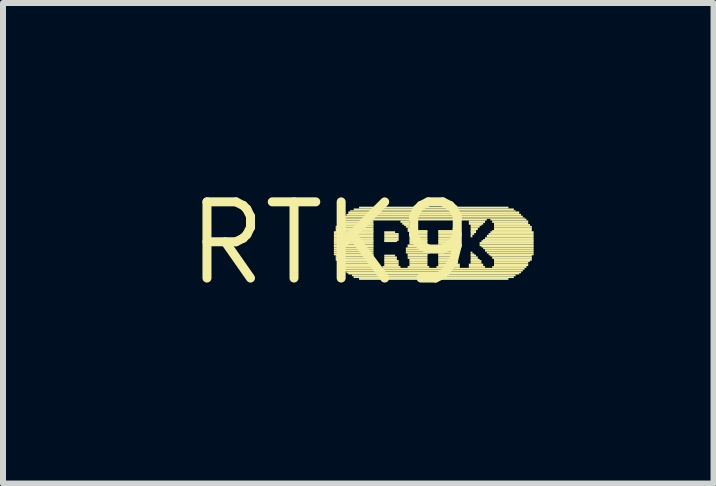
<source format=kicad_pcb>
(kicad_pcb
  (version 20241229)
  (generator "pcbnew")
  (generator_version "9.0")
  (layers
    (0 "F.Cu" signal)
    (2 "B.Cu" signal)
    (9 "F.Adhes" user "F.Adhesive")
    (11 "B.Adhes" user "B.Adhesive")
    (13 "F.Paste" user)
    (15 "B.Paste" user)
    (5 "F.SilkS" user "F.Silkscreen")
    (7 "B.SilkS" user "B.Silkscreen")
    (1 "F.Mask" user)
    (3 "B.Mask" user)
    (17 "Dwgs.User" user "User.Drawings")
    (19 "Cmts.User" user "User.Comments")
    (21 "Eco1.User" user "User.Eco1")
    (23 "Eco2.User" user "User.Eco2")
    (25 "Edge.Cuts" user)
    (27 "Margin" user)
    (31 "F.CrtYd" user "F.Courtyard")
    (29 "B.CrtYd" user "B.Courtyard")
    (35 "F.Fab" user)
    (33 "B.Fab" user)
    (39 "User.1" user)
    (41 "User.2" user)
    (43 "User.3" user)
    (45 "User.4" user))
  (footprint "RTK9"
    (layer "F.Cu")
    (at 2.457 1.006)
    (property "Reference" "RTK9" (at 0 0 0) (layer "F.SilkS") (effects (font (size 1.27 1.27) (thickness 0.15))))
    (attr through_hole)
    (fp_poly (pts (xy 0.06 -0.17) (xy 0.72 -0.17) (xy 0.72 -0.2) (xy 0.06 -0.2)) (stroke (width 0) (type solid)) (fill yes) (layer "F.SilkS"))
    (fp_poly (pts (xy 0.06 -0.14) (xy 0.72 -0.14) (xy 0.72 -0.17) (xy 0.06 -0.17)) (stroke (width 0) (type solid)) (fill yes) (layer "F.SilkS"))
    (fp_poly (pts (xy 0.06 -0.1) (xy 0.72 -0.1) (xy 0.72 -0.14) (xy 0.06 -0.14)) (stroke (width 0) (type solid)) (fill yes) (layer "F.SilkS"))
    (fp_poly (pts (xy 0.06 -0.07) (xy 0.72 -0.07) (xy 0.72 -0.1) (xy 0.06 -0.1)) (stroke (width 0) (type solid)) (fill yes) (layer "F.SilkS"))
    (fp_poly (pts (xy 0.06 -0.04) (xy 0.72 -0.04) (xy 0.72 -0.07) (xy 0.06 -0.07)) (stroke (width 0) (type solid)) (fill yes) (layer "F.SilkS"))
    (fp_poly (pts (xy 0.06 -0.02) (xy 0.72 -0.02) (xy 0.72 -0.05) (xy 0.06 -0.05)) (stroke (width 0) (type solid)) (fill yes) (layer "F.SilkS"))
    (fp_poly (pts (xy 0.06 0.02) (xy 0.72 0.02) (xy 0.72 -0.02) (xy 0.06 -0.02)) (stroke (width 0) (type solid)) (fill yes) (layer "F.SilkS"))
    (fp_poly (pts (xy 0.06 0.05) (xy 0.72 0.05) (xy 0.72 0.02) (xy 0.06 0.02)) (stroke (width 0) (type solid)) (fill yes) (layer "F.SilkS"))
    (fp_poly (pts (xy 0.06 0.07) (xy 0.72 0.07) (xy 0.72 0.04) (xy 0.06 0.04)) (stroke (width 0) (type solid)) (fill yes) (layer "F.SilkS"))
    (fp_poly (pts (xy 0.06 0.1) (xy 0.72 0.1) (xy 0.72 0.07) (xy 0.06 0.07)) (stroke (width 0) (type solid)) (fill yes) (layer "F.SilkS"))
    (fp_poly (pts (xy 0.06 0.14) (xy 0.72 0.14) (xy 0.72 0.1) (xy 0.06 0.1)) (stroke (width 0) (type solid)) (fill yes) (layer "F.SilkS"))
    (fp_poly (pts (xy 0.06 0.17) (xy 0.72 0.17) (xy 0.72 0.14) (xy 0.06 0.14)) (stroke (width 0) (type solid)) (fill yes) (layer "F.SilkS"))
    (fp_poly (pts (xy 0.06 0.2) (xy 0.72 0.2) (xy 0.72 0.17) (xy 0.06 0.17)) (stroke (width 0) (type solid)) (fill yes) (layer "F.SilkS"))
    (fp_poly (pts (xy 0.09 -0.26) (xy 0.72 -0.26) (xy 0.72 -0.29) (xy 0.09 -0.29)) (stroke (width 0) (type solid)) (fill yes) (layer "F.SilkS"))
    (fp_poly (pts (xy 0.09 -0.22) (xy 0.72 -0.22) (xy 0.72 -0.26) (xy 0.09 -0.26)) (stroke (width 0) (type solid)) (fill yes) (layer "F.SilkS"))
    (fp_poly (pts (xy 0.09 -0.19) (xy 0.72 -0.19) (xy 0.72 -0.22) (xy 0.09 -0.22)) (stroke (width 0) (type solid)) (fill yes) (layer "F.SilkS"))
    (fp_poly (pts (xy 0.09 0.22) (xy 0.72 0.22) (xy 0.72 0.19) (xy 0.09 0.19)) (stroke (width 0) (type solid)) (fill yes) (layer "F.SilkS"))
    (fp_poly (pts (xy 0.09 0.26) (xy 0.72 0.26) (xy 0.72 0.22) (xy 0.09 0.22)) (stroke (width 0) (type solid)) (fill yes) (layer "F.SilkS"))
    (fp_poly (pts (xy 0.09 0.29) (xy 0.72 0.29) (xy 0.72 0.26) (xy 0.09 0.26)) (stroke (width 0) (type solid)) (fill yes) (layer "F.SilkS"))
    (fp_poly (pts (xy 0.12 -0.29) (xy 0.72 -0.29) (xy 0.72 -0.32) (xy 0.12 -0.32)) (stroke (width 0) (type solid)) (fill yes) (layer "F.SilkS"))
    (fp_poly (pts (xy 0.12 0.31) (xy 0.72 0.31) (xy 0.72 0.28) (xy 0.12 0.28)) (stroke (width 0) (type solid)) (fill yes) (layer "F.SilkS"))
    (fp_poly (pts (xy 0.15 -0.34) (xy 0.72 -0.34) (xy 0.72 -0.38) (xy 0.15 -0.38)) (stroke (width 0) (type solid)) (fill yes) (layer "F.SilkS"))
    (fp_poly (pts (xy 0.15 -0.31) (xy 0.72 -0.31) (xy 0.72 -0.34) (xy 0.15 -0.34)) (stroke (width 0) (type solid)) (fill yes) (layer "F.SilkS"))
    (fp_poly (pts (xy 0.15 0.34) (xy 0.72 0.34) (xy 0.72 0.31) (xy 0.15 0.31)) (stroke (width 0) (type solid)) (fill yes) (layer "F.SilkS"))
    (fp_poly (pts (xy 0.15 0.38) (xy 0.72 0.38) (xy 0.72 0.34) (xy 0.15 0.34)) (stroke (width 0) (type solid)) (fill yes) (layer "F.SilkS"))
    (fp_poly (pts (xy 0.18 -0.38) (xy 2.61 -0.38) (xy 2.61 -0.41) (xy 0.18 -0.41)) (stroke (width 0) (type solid)) (fill yes) (layer "F.SilkS"))
    (fp_poly (pts (xy 0.18 0.41) (xy 0.75 0.41) (xy 0.75 0.38) (xy 0.18 0.38)) (stroke (width 0) (type solid)) (fill yes) (layer "F.SilkS"))
    (fp_poly (pts (xy 0.21 -0.41) (xy 3.24 -0.41) (xy 3.24 -0.43) (xy 0.21 -0.43)) (stroke (width 0) (type solid)) (fill yes) (layer "F.SilkS"))
    (fp_poly (pts (xy 0.21 0.44) (xy 3.24 0.44) (xy 3.24 0.41) (xy 0.21 0.41)) (stroke (width 0) (type solid)) (fill yes) (layer "F.SilkS"))
    (fp_poly (pts (xy 0.24 -0.43) (xy 3.21 -0.43) (xy 3.21 -0.46) (xy 0.24 -0.46)) (stroke (width 0) (type solid)) (fill yes) (layer "F.SilkS"))
    (fp_poly (pts (xy 0.24 0.47) (xy 3.21 0.47) (xy 3.21 0.44) (xy 0.24 0.44)) (stroke (width 0) (type solid)) (fill yes) (layer "F.SilkS"))
    (fp_poly (pts (xy 0.27 -0.46) (xy 3.18 -0.46) (xy 3.18 -0.49) (xy 0.27 -0.49)) (stroke (width 0) (type solid)) (fill yes) (layer "F.SilkS"))
    (fp_poly (pts (xy 0.27 0.5) (xy 3.18 0.5) (xy 3.18 0.47) (xy 0.27 0.47)) (stroke (width 0) (type solid)) (fill yes) (layer "F.SilkS"))
    (fp_poly (pts (xy 0.3 -0.49) (xy 3.15 -0.49) (xy 3.15 -0.53) (xy 0.3 -0.53)) (stroke (width 0) (type solid)) (fill yes) (layer "F.SilkS"))
    (fp_poly (pts (xy 0.3 0.52) (xy 3.15 0.52) (xy 3.15 0.49) (xy 0.3 0.49)) (stroke (width 0) (type solid)) (fill yes) (layer "F.SilkS"))
    (fp_poly (pts (xy 0.33 -0.53) (xy 3.09 -0.53) (xy 3.09 -0.55) (xy 0.33 -0.55)) (stroke (width 0) (type solid)) (fill yes) (layer "F.SilkS"))
    (fp_poly (pts (xy 0.36 0.55) (xy 3.09 0.55) (xy 3.09 0.52) (xy 0.36 0.52)) (stroke (width 0) (type solid)) (fill yes) (layer "F.SilkS"))
    (fp_poly (pts (xy 0.39 -0.55) (xy 3.06 -0.55) (xy 3.06 -0.58) (xy 0.39 -0.58)) (stroke (width 0) (type solid)) (fill yes) (layer "F.SilkS"))
    (fp_poly (pts (xy 0.39 0.58) (xy 3.06 0.58) (xy 3.06 0.55) (xy 0.39 0.55)) (stroke (width 0) (type solid)) (fill yes) (layer "F.SilkS"))
    (fp_poly (pts (xy 0.48 -0.58) (xy 2.97 -0.58) (xy 2.97 -0.61) (xy 0.48 -0.61)) (stroke (width 0) (type solid)) (fill yes) (layer "F.SilkS"))
    (fp_poly (pts (xy 0.48 0.61) (xy 2.97 0.61) (xy 2.97 0.58) (xy 0.48 0.58)) (stroke (width 0) (type solid)) (fill yes) (layer "F.SilkS"))
    (fp_poly (pts (xy 0.87 0.41) (xy 1.17 0.41) (xy 1.17 0.38) (xy 0.87 0.38)) (stroke (width 0) (type solid)) (fill yes) (layer "F.SilkS"))
    (fp_poly (pts (xy 0.9 -0.17) (xy 1.08 -0.17) (xy 1.08 -0.2) (xy 0.9 -0.2)) (stroke (width 0) (type solid)) (fill yes) (layer "F.SilkS"))
    (fp_poly (pts (xy 0.9 -0.14) (xy 1.14 -0.14) (xy 1.14 -0.17) (xy 0.9 -0.17)) (stroke (width 0) (type solid)) (fill yes) (layer "F.SilkS"))
    (fp_poly (pts (xy 0.9 -0.1) (xy 1.14 -0.1) (xy 1.14 -0.14) (xy 0.9 -0.14)) (stroke (width 0) (type solid)) (fill yes) (layer "F.SilkS"))
    (fp_poly (pts (xy 0.9 -0.07) (xy 1.14 -0.07) (xy 1.14 -0.1) (xy 0.9 -0.1)) (stroke (width 0) (type solid)) (fill yes) (layer "F.SilkS"))
    (fp_poly (pts (xy 0.9 -0.04) (xy 1.14 -0.04) (xy 1.14 -0.07) (xy 0.9 -0.07)) (stroke (width 0) (type solid)) (fill yes) (layer "F.SilkS"))
    (fp_poly (pts (xy 0.9 -0.02) (xy 1.11 -0.02) (xy 1.11 -0.05) (xy 0.9 -0.05)) (stroke (width 0) (type solid)) (fill yes) (layer "F.SilkS"))
    (fp_poly (pts (xy 0.9 0.22) (xy 1.08 0.22) (xy 1.08 0.19) (xy 0.9 0.19)) (stroke (width 0) (type solid)) (fill yes) (layer "F.SilkS"))
    (fp_poly (pts (xy 0.9 0.26) (xy 1.11 0.26) (xy 1.11 0.22) (xy 0.9 0.22)) (stroke (width 0) (type solid)) (fill yes) (layer "F.SilkS"))
    (fp_poly (pts (xy 0.9 0.29) (xy 1.11 0.29) (xy 1.11 0.26) (xy 0.9 0.26)) (stroke (width 0) (type solid)) (fill yes) (layer "F.SilkS"))
    (fp_poly (pts (xy 0.9 0.31) (xy 1.14 0.31) (xy 1.14 0.28) (xy 0.9 0.28)) (stroke (width 0) (type solid)) (fill yes) (layer "F.SilkS"))
    (fp_poly (pts (xy 0.9 0.34) (xy 1.14 0.34) (xy 1.14 0.31) (xy 0.9 0.31)) (stroke (width 0) (type solid)) (fill yes) (layer "F.SilkS"))
    (fp_poly (pts (xy 0.9 0.38) (xy 1.14 0.38) (xy 1.14 0.34) (xy 0.9 0.34)) (stroke (width 0) (type solid)) (fill yes) (layer "F.SilkS"))
    (fp_poly (pts (xy 1.17 -0.34) (xy 1.32 -0.34) (xy 1.32 -0.38) (xy 1.17 -0.38)) (stroke (width 0) (type solid)) (fill yes) (layer "F.SilkS"))
    (fp_poly (pts (xy 1.2 -0.31) (xy 1.32 -0.31) (xy 1.32 -0.34) (xy 1.2 -0.34)) (stroke (width 0) (type solid)) (fill yes) (layer "F.SilkS"))
    (fp_poly (pts (xy 1.23 -0.29) (xy 1.32 -0.29) (xy 1.32 -0.32) (xy 1.23 -0.32)) (stroke (width 0) (type solid)) (fill yes) (layer "F.SilkS"))
    (fp_poly (pts (xy 1.26 -0.26) (xy 1.32 -0.26) (xy 1.32 -0.29) (xy 1.26 -0.29)) (stroke (width 0) (type solid)) (fill yes) (layer "F.SilkS"))
    (fp_poly (pts (xy 1.26 0.1) (xy 1.62 0.1) (xy 1.62 0.07) (xy 1.26 0.07)) (stroke (width 0) (type solid)) (fill yes) (layer "F.SilkS"))
    (fp_poly (pts (xy 1.26 0.14) (xy 1.62 0.14) (xy 1.62 0.1) (xy 1.26 0.1)) (stroke (width 0) (type solid)) (fill yes) (layer "F.SilkS"))
    (fp_poly (pts (xy 1.26 0.17) (xy 1.62 0.17) (xy 1.62 0.14) (xy 1.26 0.14)) (stroke (width 0) (type solid)) (fill yes) (layer "F.SilkS"))
    (fp_poly (pts (xy 1.29 -0.22) (xy 1.35 -0.22) (xy 1.35 -0.26) (xy 1.29 -0.26)) (stroke (width 0) (type solid)) (fill yes) (layer "F.SilkS"))
    (fp_poly (pts (xy 1.29 -0.19) (xy 1.62 -0.19) (xy 1.62 -0.22) (xy 1.29 -0.22)) (stroke (width 0) (type solid)) (fill yes) (layer "F.SilkS"))
    (fp_poly (pts (xy 1.29 0.05) (xy 1.62 0.05) (xy 1.62 0.02) (xy 1.29 0.02)) (stroke (width 0) (type solid)) (fill yes) (layer "F.SilkS"))
    (fp_poly (pts (xy 1.29 0.07) (xy 1.62 0.07) (xy 1.62 0.04) (xy 1.29 0.04)) (stroke (width 0) (type solid)) (fill yes) (layer "F.SilkS"))
    (fp_poly (pts (xy 1.29 0.2) (xy 1.62 0.2) (xy 1.62 0.17) (xy 1.29 0.17)) (stroke (width 0) (type solid)) (fill yes) (layer "F.SilkS"))
    (fp_poly (pts (xy 1.29 0.22) (xy 1.62 0.22) (xy 1.62 0.19) (xy 1.29 0.19)) (stroke (width 0) (type solid)) (fill yes) (layer "F.SilkS"))
    (fp_poly (pts (xy 1.29 0.26) (xy 1.62 0.26) (xy 1.62 0.22) (xy 1.29 0.22)) (stroke (width 0) (type solid)) (fill yes) (layer "F.SilkS"))
    (fp_poly (pts (xy 1.29 0.41) (xy 1.65 0.41) (xy 1.65 0.38) (xy 1.29 0.38)) (stroke (width 0) (type solid)) (fill yes) (layer "F.SilkS"))
    (fp_poly (pts (xy 1.32 -0.17) (xy 1.62 -0.17) (xy 1.62 -0.2) (xy 1.32 -0.2)) (stroke (width 0) (type solid)) (fill yes) (layer "F.SilkS"))
    (fp_poly (pts (xy 1.32 -0.14) (xy 1.62 -0.14) (xy 1.62 -0.17) (xy 1.32 -0.17)) (stroke (width 0) (type solid)) (fill yes) (layer "F.SilkS"))
    (fp_poly (pts (xy 1.32 -0.1) (xy 1.62 -0.1) (xy 1.62 -0.14) (xy 1.32 -0.14)) (stroke (width 0) (type solid)) (fill yes) (layer "F.SilkS"))
    (fp_poly (pts (xy 1.32 -0.07) (xy 1.62 -0.07) (xy 1.62 -0.1) (xy 1.32 -0.1)) (stroke (width 0) (type solid)) (fill yes) (layer "F.SilkS"))
    (fp_poly (pts (xy 1.32 -0.04) (xy 1.62 -0.04) (xy 1.62 -0.07) (xy 1.32 -0.07)) (stroke (width 0) (type solid)) (fill yes) (layer "F.SilkS"))
    (fp_poly (pts (xy 1.32 -0.02) (xy 1.62 -0.02) (xy 1.62 -0.05) (xy 1.32 -0.05)) (stroke (width 0) (type solid)) (fill yes) (layer "F.SilkS"))
    (fp_poly (pts (xy 1.32 0.02) (xy 1.62 0.02) (xy 1.62 -0.02) (xy 1.32 -0.02)) (stroke (width 0) (type solid)) (fill yes) (layer "F.SilkS"))
    (fp_poly (pts (xy 1.32 0.29) (xy 1.62 0.29) (xy 1.62 0.26) (xy 1.32 0.26)) (stroke (width 0) (type solid)) (fill yes) (layer "F.SilkS"))
    (fp_poly (pts (xy 1.32 0.31) (xy 1.62 0.31) (xy 1.62 0.28) (xy 1.32 0.28)) (stroke (width 0) (type solid)) (fill yes) (layer "F.SilkS"))
    (fp_poly (pts (xy 1.32 0.34) (xy 1.62 0.34) (xy 1.62 0.31) (xy 1.32 0.31)) (stroke (width 0) (type solid)) (fill yes) (layer "F.SilkS"))
    (fp_poly (pts (xy 1.32 0.38) (xy 1.62 0.38) (xy 1.62 0.34) (xy 1.32 0.34)) (stroke (width 0) (type solid)) (fill yes) (layer "F.SilkS"))
    (fp_poly (pts (xy 1.77 0.41) (xy 2.16 0.41) (xy 2.16 0.38) (xy 1.77 0.38)) (stroke (width 0) (type solid)) (fill yes) (layer "F.SilkS"))
    (fp_poly (pts (xy 1.8 -0.19) (xy 2.13 -0.19) (xy 2.13 -0.22) (xy 1.8 -0.22)) (stroke (width 0) (type solid)) (fill yes) (layer "F.SilkS"))
    (fp_poly (pts (xy 1.8 -0.17) (xy 2.13 -0.17) (xy 2.13 -0.2) (xy 1.8 -0.2)) (stroke (width 0) (type solid)) (fill yes) (layer "F.SilkS"))
    (fp_poly (pts (xy 1.8 -0.14) (xy 2.13 -0.14) (xy 2.13 -0.17) (xy 1.8 -0.17)) (stroke (width 0) (type solid)) (fill yes) (layer "F.SilkS"))
    (fp_poly (pts (xy 1.8 -0.1) (xy 2.13 -0.1) (xy 2.13 -0.14) (xy 1.8 -0.14)) (stroke (width 0) (type solid)) (fill yes) (layer "F.SilkS"))
    (fp_poly (pts (xy 1.8 -0.07) (xy 2.13 -0.07) (xy 2.13 -0.1) (xy 1.8 -0.1)) (stroke (width 0) (type solid)) (fill yes) (layer "F.SilkS"))
    (fp_poly (pts (xy 1.8 -0.04) (xy 2.13 -0.04) (xy 2.13 -0.07) (xy 1.8 -0.07)) (stroke (width 0) (type solid)) (fill yes) (layer "F.SilkS"))
    (fp_poly (pts (xy 1.8 -0.02) (xy 2.13 -0.02) (xy 2.13 -0.05) (xy 1.8 -0.05)) (stroke (width 0) (type solid)) (fill yes) (layer "F.SilkS"))
    (fp_poly (pts (xy 1.8 0.02) (xy 2.13 0.02) (xy 2.13 -0.02) (xy 1.8 -0.02)) (stroke (width 0) (type solid)) (fill yes) (layer "F.SilkS"))
    (fp_poly (pts (xy 1.8 0.05) (xy 2.13 0.05) (xy 2.13 0.02) (xy 1.8 0.02)) (stroke (width 0) (type solid)) (fill yes) (layer "F.SilkS"))
    (fp_poly (pts (xy 1.8 0.07) (xy 2.13 0.07) (xy 2.13 0.04) (xy 1.8 0.04)) (stroke (width 0) (type solid)) (fill yes) (layer "F.SilkS"))
    (fp_poly (pts (xy 1.8 0.1) (xy 2.13 0.1) (xy 2.13 0.07) (xy 1.8 0.07)) (stroke (width 0) (type solid)) (fill yes) (layer "F.SilkS"))
    (fp_poly (pts (xy 1.8 0.14) (xy 2.13 0.14) (xy 2.13 0.1) (xy 1.8 0.1)) (stroke (width 0) (type solid)) (fill yes) (layer "F.SilkS"))
    (fp_poly (pts (xy 1.8 0.17) (xy 2.13 0.17) (xy 2.13 0.14) (xy 1.8 0.14)) (stroke (width 0) (type solid)) (fill yes) (layer "F.SilkS"))
    (fp_poly (pts (xy 1.8 0.2) (xy 2.13 0.2) (xy 2.13 0.17) (xy 1.8 0.17)) (stroke (width 0) (type solid)) (fill yes) (layer "F.SilkS"))
    (fp_poly (pts (xy 1.8 0.22) (xy 2.13 0.22) (xy 2.13 0.19) (xy 1.8 0.19)) (stroke (width 0) (type solid)) (fill yes) (layer "F.SilkS"))
    (fp_poly (pts (xy 1.8 0.26) (xy 2.13 0.26) (xy 2.13 0.22) (xy 1.8 0.22)) (stroke (width 0) (type solid)) (fill yes) (layer "F.SilkS"))
    (fp_poly (pts (xy 1.8 0.29) (xy 2.13 0.29) (xy 2.13 0.26) (xy 1.8 0.26)) (stroke (width 0) (type solid)) (fill yes) (layer "F.SilkS"))
    (fp_poly (pts (xy 1.8 0.31) (xy 2.13 0.31) (xy 2.13 0.28) (xy 1.8 0.28)) (stroke (width 0) (type solid)) (fill yes) (layer "F.SilkS"))
    (fp_poly (pts (xy 1.8 0.34) (xy 2.13 0.34) (xy 2.13 0.31) (xy 1.8 0.31)) (stroke (width 0) (type solid)) (fill yes) (layer "F.SilkS"))
    (fp_poly (pts (xy 1.8 0.38) (xy 2.16 0.38) (xy 2.16 0.34) (xy 1.8 0.34)) (stroke (width 0) (type solid)) (fill yes) (layer "F.SilkS"))
    (fp_poly (pts (xy 2.04 -0.22) (xy 2.13 -0.22) (xy 2.13 -0.26) (xy 2.04 -0.26)) (stroke (width 0) (type solid)) (fill yes) (layer "F.SilkS"))
    (fp_poly (pts (xy 2.07 -0.34) (xy 2.16 -0.34) (xy 2.16 -0.38) (xy 2.07 -0.38)) (stroke (width 0) (type solid)) (fill yes) (layer "F.SilkS"))
    (fp_poly (pts (xy 2.07 -0.31) (xy 2.13 -0.31) (xy 2.13 -0.34) (xy 2.07 -0.34)) (stroke (width 0) (type solid)) (fill yes) (layer "F.SilkS"))
    (fp_poly (pts (xy 2.07 -0.29) (xy 2.13 -0.29) (xy 2.13 -0.32) (xy 2.07 -0.32)) (stroke (width 0) (type solid)) (fill yes) (layer "F.SilkS"))
    (fp_poly (pts (xy 2.07 -0.26) (xy 2.13 -0.26) (xy 2.13 -0.29) (xy 2.07 -0.29)) (stroke (width 0) (type solid)) (fill yes) (layer "F.SilkS"))
    (fp_poly (pts (xy 2.31 -0.34) (xy 2.58 -0.34) (xy 2.58 -0.38) (xy 2.31 -0.38)) (stroke (width 0) (type solid)) (fill yes) (layer "F.SilkS"))
    (fp_poly (pts (xy 2.31 -0.31) (xy 2.55 -0.31) (xy 2.55 -0.34) (xy 2.31 -0.34)) (stroke (width 0) (type solid)) (fill yes) (layer "F.SilkS"))
    (fp_poly (pts (xy 2.31 0.38) (xy 2.55 0.38) (xy 2.55 0.34) (xy 2.31 0.34)) (stroke (width 0) (type solid)) (fill yes) (layer "F.SilkS"))
    (fp_poly (pts (xy 2.31 0.41) (xy 2.58 0.41) (xy 2.58 0.38) (xy 2.31 0.38)) (stroke (width 0) (type solid)) (fill yes) (layer "F.SilkS"))
    (fp_poly (pts (xy 2.34 -0.29) (xy 2.52 -0.29) (xy 2.52 -0.32) (xy 2.34 -0.32)) (stroke (width 0) (type solid)) (fill yes) (layer "F.SilkS"))
    (fp_poly (pts (xy 2.34 -0.26) (xy 2.49 -0.26) (xy 2.49 -0.29) (xy 2.34 -0.29)) (stroke (width 0) (type solid)) (fill yes) (layer "F.SilkS"))
    (fp_poly (pts (xy 2.34 -0.22) (xy 2.46 -0.22) (xy 2.46 -0.26) (xy 2.34 -0.26)) (stroke (width 0) (type solid)) (fill yes) (layer "F.SilkS"))
    (fp_poly (pts (xy 2.34 -0.19) (xy 2.43 -0.19) (xy 2.43 -0.22) (xy 2.34 -0.22)) (stroke (width 0) (type solid)) (fill yes) (layer "F.SilkS"))
    (fp_poly (pts (xy 2.34 -0.17) (xy 2.43 -0.17) (xy 2.43 -0.2) (xy 2.34 -0.2)) (stroke (width 0) (type solid)) (fill yes) (layer "F.SilkS"))
    (fp_poly (pts (xy 2.34 -0.14) (xy 2.4 -0.14) (xy 2.4 -0.17) (xy 2.34 -0.17)) (stroke (width 0) (type solid)) (fill yes) (layer "F.SilkS"))
    (fp_poly (pts (xy 2.34 -0.1) (xy 2.37 -0.1) (xy 2.37 -0.14) (xy 2.34 -0.14)) (stroke (width 0) (type solid)) (fill yes) (layer "F.SilkS"))
    (fp_poly (pts (xy 2.34 0.17) (xy 2.37 0.17) (xy 2.37 0.14) (xy 2.34 0.14)) (stroke (width 0) (type solid)) (fill yes) (layer "F.SilkS"))
    (fp_poly (pts (xy 2.34 0.2) (xy 2.4 0.2) (xy 2.4 0.17) (xy 2.34 0.17)) (stroke (width 0) (type solid)) (fill yes) (layer "F.SilkS"))
    (fp_poly (pts (xy 2.34 0.22) (xy 2.43 0.22) (xy 2.43 0.19) (xy 2.34 0.19)) (stroke (width 0) (type solid)) (fill yes) (layer "F.SilkS"))
    (fp_poly (pts (xy 2.34 0.26) (xy 2.46 0.26) (xy 2.46 0.22) (xy 2.34 0.22)) (stroke (width 0) (type solid)) (fill yes) (layer "F.SilkS"))
    (fp_poly (pts (xy 2.34 0.29) (xy 2.49 0.29) (xy 2.49 0.26) (xy 2.34 0.26)) (stroke (width 0) (type solid)) (fill yes) (layer "F.SilkS"))
    (fp_poly (pts (xy 2.34 0.31) (xy 2.52 0.31) (xy 2.52 0.28) (xy 2.34 0.28)) (stroke (width 0) (type solid)) (fill yes) (layer "F.SilkS"))
    (fp_poly (pts (xy 2.34 0.34) (xy 2.52 0.34) (xy 2.52 0.31) (xy 2.34 0.31)) (stroke (width 0) (type solid)) (fill yes) (layer "F.SilkS"))
    (fp_poly (pts (xy 2.49 0.02) (xy 3.39 0.02) (xy 3.39 -0.02) (xy 2.49 -0.02)) (stroke (width 0) (type solid)) (fill yes) (layer "F.SilkS"))
    (fp_poly (pts (xy 2.49 0.05) (xy 3.39 0.05) (xy 3.39 0.02) (xy 2.49 0.02)) (stroke (width 0) (type solid)) (fill yes) (layer "F.SilkS"))
    (fp_poly (pts (xy 2.52 -0.02) (xy 3.39 -0.02) (xy 3.39 -0.05) (xy 2.52 -0.05)) (stroke (width 0) (type solid)) (fill yes) (layer "F.SilkS"))
    (fp_poly (pts (xy 2.52 0.07) (xy 3.39 0.07) (xy 3.39 0.04) (xy 2.52 0.04)) (stroke (width 0) (type solid)) (fill yes) (layer "F.SilkS"))
    (fp_poly (pts (xy 2.55 -0.04) (xy 3.39 -0.04) (xy 3.39 -0.07) (xy 2.55 -0.07)) (stroke (width 0) (type solid)) (fill yes) (layer "F.SilkS"))
    (fp_poly (pts (xy 2.55 0.1) (xy 3.39 0.1) (xy 3.39 0.07) (xy 2.55 0.07)) (stroke (width 0) (type solid)) (fill yes) (layer "F.SilkS"))
    (fp_poly (pts (xy 2.58 -0.07) (xy 3.39 -0.07) (xy 3.39 -0.1) (xy 2.58 -0.1)) (stroke (width 0) (type solid)) (fill yes) (layer "F.SilkS"))
    (fp_poly (pts (xy 2.58 0.14) (xy 3.39 0.14) (xy 3.39 0.1) (xy 2.58 0.1)) (stroke (width 0) (type solid)) (fill yes) (layer "F.SilkS"))
    (fp_poly (pts (xy 2.61 -0.1) (xy 3.39 -0.1) (xy 3.39 -0.14) (xy 2.61 -0.14)) (stroke (width 0) (type solid)) (fill yes) (layer "F.SilkS"))
    (fp_poly (pts (xy 2.61 0.17) (xy 3.39 0.17) (xy 3.39 0.14) (xy 2.61 0.14)) (stroke (width 0) (type solid)) (fill yes) (layer "F.SilkS"))
    (fp_poly (pts (xy 2.64 -0.14) (xy 3.39 -0.14) (xy 3.39 -0.17) (xy 2.64 -0.17)) (stroke (width 0) (type solid)) (fill yes) (layer "F.SilkS"))
    (fp_poly (pts (xy 2.64 0.2) (xy 3.39 0.2) (xy 3.39 0.17) (xy 2.64 0.17)) (stroke (width 0) (type solid)) (fill yes) (layer "F.SilkS"))
    (fp_poly (pts (xy 2.67 -0.38) (xy 3.27 -0.38) (xy 3.27 -0.41) (xy 2.67 -0.41)) (stroke (width 0) (type solid)) (fill yes) (layer "F.SilkS"))
    (fp_poly (pts (xy 2.67 -0.17) (xy 3.39 -0.17) (xy 3.39 -0.2) (xy 2.67 -0.2)) (stroke (width 0) (type solid)) (fill yes) (layer "F.SilkS"))
    (fp_poly (pts (xy 2.67 0.22) (xy 3.36 0.22) (xy 3.36 0.19) (xy 2.67 0.19)) (stroke (width 0) (type solid)) (fill yes) (layer "F.SilkS"))
    (fp_poly (pts (xy 2.7 -0.34) (xy 3.3 -0.34) (xy 3.3 -0.38) (xy 2.7 -0.38)) (stroke (width 0) (type solid)) (fill yes) (layer "F.SilkS"))
    (fp_poly (pts (xy 2.7 -0.19) (xy 3.36 -0.19) (xy 3.36 -0.22) (xy 2.7 -0.22)) (stroke (width 0) (type solid)) (fill yes) (layer "F.SilkS"))
    (fp_poly (pts (xy 2.7 0.26) (xy 3.36 0.26) (xy 3.36 0.22) (xy 2.7 0.22)) (stroke (width 0) (type solid)) (fill yes) (layer "F.SilkS"))
    (fp_poly (pts (xy 2.7 0.41) (xy 3.27 0.41) (xy 3.27 0.38) (xy 2.7 0.38)) (stroke (width 0) (type solid)) (fill yes) (layer "F.SilkS"))
    (fp_poly (pts (xy 2.73 -0.31) (xy 3.3 -0.31) (xy 3.3 -0.34) (xy 2.73 -0.34)) (stroke (width 0) (type solid)) (fill yes) (layer "F.SilkS"))
    (fp_poly (pts (xy 2.73 -0.29) (xy 3.33 -0.29) (xy 3.33 -0.32) (xy 2.73 -0.32)) (stroke (width 0) (type solid)) (fill yes) (layer "F.SilkS"))
    (fp_poly (pts (xy 2.73 -0.26) (xy 3.36 -0.26) (xy 3.36 -0.29) (xy 2.73 -0.29)) (stroke (width 0) (type solid)) (fill yes) (layer "F.SilkS"))
    (fp_poly (pts (xy 2.73 -0.22) (xy 3.36 -0.22) (xy 3.36 -0.26) (xy 2.73 -0.26)) (stroke (width 0) (type solid)) (fill yes) (layer "F.SilkS"))
    (fp_poly (pts (xy 2.73 0.29) (xy 3.36 0.29) (xy 3.36 0.26) (xy 2.73 0.26)) (stroke (width 0) (type solid)) (fill yes) (layer "F.SilkS"))
    (fp_poly (pts (xy 2.73 0.31) (xy 3.33 0.31) (xy 3.33 0.28) (xy 2.73 0.28)) (stroke (width 0) (type solid)) (fill yes) (layer "F.SilkS"))
    (fp_poly (pts (xy 2.73 0.34) (xy 3.3 0.34) (xy 3.3 0.31) (xy 2.73 0.31)) (stroke (width 0) (type solid)) (fill yes) (layer "F.SilkS"))
    (fp_poly (pts (xy 2.73 0.38) (xy 3.3 0.38) (xy 3.3 0.34) (xy 2.73 0.34)) (stroke (width 0) (type solid)) (fill yes) (layer "F.SilkS")))
  (gr_rect
    (start -3 -3)
    (end 8.847 5.012)
    (stroke (width 0.1) (type default))
    (fill no)
    (layer "Edge.Cuts")))
</source>
